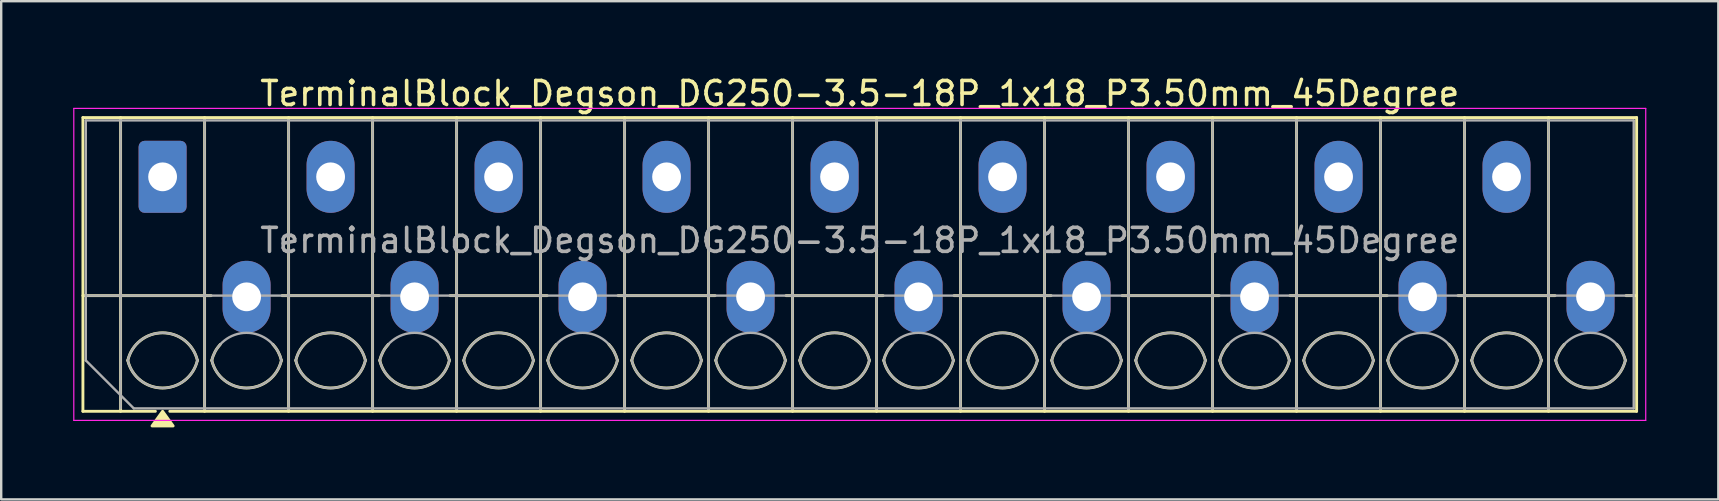
<source format=kicad_pcb>
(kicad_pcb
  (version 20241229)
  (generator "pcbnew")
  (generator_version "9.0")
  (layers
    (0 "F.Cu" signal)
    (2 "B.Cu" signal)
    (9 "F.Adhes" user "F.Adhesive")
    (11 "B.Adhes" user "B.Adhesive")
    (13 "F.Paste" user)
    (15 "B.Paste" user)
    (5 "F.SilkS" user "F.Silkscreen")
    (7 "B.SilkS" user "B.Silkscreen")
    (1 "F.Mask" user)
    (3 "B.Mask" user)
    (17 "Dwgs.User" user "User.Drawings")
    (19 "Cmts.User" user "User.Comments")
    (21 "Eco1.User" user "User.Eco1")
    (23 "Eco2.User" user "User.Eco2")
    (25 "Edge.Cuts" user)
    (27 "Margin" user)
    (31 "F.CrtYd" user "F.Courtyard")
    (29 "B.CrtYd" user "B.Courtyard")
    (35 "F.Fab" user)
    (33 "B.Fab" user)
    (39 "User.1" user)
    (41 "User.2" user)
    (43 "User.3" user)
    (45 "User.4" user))
  (footprint "TerminalBlock_Degson_DG250-3.5-18P_1x18_P3.50mm_45Degree"
    (layer "F.Cu")
    (at 3.725 4.318)
    (property "Reference" "TerminalBlock_Degson_DG250-3.5-18P_1x18_P3.50mm_45Degree" (at 29.05 -3.47 0) (layer "F.SilkS") (effects (font (size 1 1) (thickness 0.15))))
    (attr through_hole)
    (fp_line (start -3.32 -2.47) (end 61.42 -2.47) (stroke (width 0.12) (type solid)) (layer "F.SilkS"))
    (fp_line (start -3.32 4.95) (end 2.02 4.95) (stroke (width 0.12) (type solid)) (layer "F.SilkS"))
    (fp_line (start -3.32 9.77) (end -3.32 -2.47) (stroke (width 0.12) (type solid)) (layer "F.SilkS"))
    (fp_line (start -1.75 -2.47) (end -1.75 9.77) (stroke (width 0.12) (type solid)) (layer "F.SilkS"))
    (fp_line (start -0.3 9.77) (end -3.32 9.77) (stroke (width 0.12) (type solid)) (layer "F.SilkS"))
    (fp_line (start 1.75 -2.47) (end 1.75 9.77) (stroke (width 0.12) (type solid)) (layer "F.SilkS"))
    (fp_line (start 4.98 4.95) (end 9.02 4.95) (stroke (width 0.12) (type solid)) (layer "F.SilkS"))
    (fp_line (start 5.25 -2.47) (end 5.25 9.77) (stroke (width 0.12) (type solid)) (layer "F.SilkS"))
    (fp_line (start 8.75 -2.47) (end 8.75 9.77) (stroke (width 0.12) (type solid)) (layer "F.SilkS"))
    (fp_line (start 11.98 4.95) (end 16.02 4.95) (stroke (width 0.12) (type solid)) (layer "F.SilkS"))
    (fp_line (start 12.25 -2.47) (end 12.25 9.77) (stroke (width 0.12) (type solid)) (layer "F.SilkS"))
    (fp_line (start 15.75 -2.47) (end 15.75 9.77) (stroke (width 0.12) (type solid)) (layer "F.SilkS"))
    (fp_line (start 18.98 4.95) (end 23.02 4.95) (stroke (width 0.12) (type solid)) (layer "F.SilkS"))
    (fp_line (start 19.25 -2.47) (end 19.25 9.77) (stroke (width 0.12) (type solid)) (layer "F.SilkS"))
    (fp_line (start 22.75 -2.47) (end 22.75 9.77) (stroke (width 0.12) (type solid)) (layer "F.SilkS"))
    (fp_line (start 25.98 4.95) (end 30.02 4.95) (stroke (width 0.12) (type solid)) (layer "F.SilkS"))
    (fp_line (start 26.25 -2.47) (end 26.25 9.77) (stroke (width 0.12) (type solid)) (layer "F.SilkS"))
    (fp_line (start 29.75 -2.47) (end 29.75 9.77) (stroke (width 0.12) (type solid)) (layer "F.SilkS"))
    (fp_line (start 32.98 4.95) (end 37.02 4.95) (stroke (width 0.12) (type solid)) (layer "F.SilkS"))
    (fp_line (start 33.25 -2.47) (end 33.25 9.77) (stroke (width 0.12) (type solid)) (layer "F.SilkS"))
    (fp_line (start 36.75 -2.47) (end 36.75 9.77) (stroke (width 0.12) (type solid)) (layer "F.SilkS"))
    (fp_line (start 39.98 4.95) (end 44.02 4.95) (stroke (width 0.12) (type solid)) (layer "F.SilkS"))
    (fp_line (start 40.25 -2.47) (end 40.25 9.77) (stroke (width 0.12) (type solid)) (layer "F.SilkS"))
    (fp_line (start 43.75 -2.47) (end 43.75 9.77) (stroke (width 0.12) (type solid)) (layer "F.SilkS"))
    (fp_line (start 46.98 4.95) (end 51.02 4.95) (stroke (width 0.12) (type solid)) (layer "F.SilkS"))
    (fp_line (start 47.25 -2.47) (end 47.25 9.77) (stroke (width 0.12) (type solid)) (layer "F.SilkS"))
    (fp_line (start 50.75 -2.47) (end 50.75 9.77) (stroke (width 0.12) (type solid)) (layer "F.SilkS"))
    (fp_line (start 53.98 4.95) (end 58.02 4.95) (stroke (width 0.12) (type solid)) (layer "F.SilkS"))
    (fp_line (start 54.25 -2.47) (end 54.25 9.77) (stroke (width 0.12) (type solid)) (layer "F.SilkS"))
    (fp_line (start 57.75 -2.47) (end 57.75 9.77) (stroke (width 0.12) (type solid)) (layer "F.SilkS"))
    (fp_line (start 60.98 4.95) (end 61.42 4.95) (stroke (width 0.12) (type solid)) (layer "F.SilkS"))
    (fp_line (start 61.42 -2.47) (end 61.42 9.77) (stroke (width 0.12) (type solid)) (layer "F.SilkS"))
    (fp_line (start 61.42 9.77) (end 0.3 9.77) (stroke (width 0.12) (type solid)) (layer "F.SilkS"))
    (fp_arc (start -1.45 7.65) (mid 0 6.5) (end 1.45 7.65) (stroke (width 0.12) (type solid)) (layer "F.SilkS"))
    (fp_arc (start 1.45 7.65) (mid 0 8.8) (end -1.45 7.65) (stroke (width 0.12) (type solid)) (layer "F.SilkS"))
    (fp_arc (start 2.05 7.65) (mid 2.18402 7.291962) (end 2.405 6.98) (stroke (width 0.12) (type solid)) (layer "F.SilkS"))
    (fp_arc (start 4.595 6.98) (mid 4.81598 7.291962) (end 4.95 7.65) (stroke (width 0.12) (type solid)) (layer "F.SilkS"))
    (fp_arc (start 4.95 7.65) (mid 3.5 8.8) (end 2.05 7.65) (stroke (width 0.12) (type solid)) (layer "F.SilkS"))
    (fp_arc (start 5.55 7.65) (mid 7 6.5) (end 8.45 7.65) (stroke (width 0.12) (type solid)) (layer "F.SilkS"))
    (fp_arc (start 8.45 7.65) (mid 7 8.8) (end 5.55 7.65) (stroke (width 0.12) (type solid)) (layer "F.SilkS"))
    (fp_arc (start 9.05 7.65) (mid 9.18402 7.291962) (end 9.405 6.98) (stroke (width 0.12) (type solid)) (layer "F.SilkS"))
    (fp_arc (start 11.595 6.98) (mid 11.81598 7.291962) (end 11.95 7.65) (stroke (width 0.12) (type solid)) (layer "F.SilkS"))
    (fp_arc (start 11.95 7.65) (mid 10.5 8.8) (end 9.05 7.65) (stroke (width 0.12) (type solid)) (layer "F.SilkS"))
    (fp_arc (start 12.55 7.65) (mid 14 6.5) (end 15.45 7.65) (stroke (width 0.12) (type solid)) (layer "F.SilkS"))
    (fp_arc (start 15.45 7.65) (mid 14 8.8) (end 12.55 7.65) (stroke (width 0.12) (type solid)) (layer "F.SilkS"))
    (fp_arc (start 16.05 7.65) (mid 16.18402 7.291962) (end 16.405 6.98) (stroke (width 0.12) (type solid)) (layer "F.SilkS"))
    (fp_arc (start 18.595 6.98) (mid 18.81598 7.291962) (end 18.95 7.65) (stroke (width 0.12) (type solid)) (layer "F.SilkS"))
    (fp_arc (start 18.95 7.65) (mid 17.5 8.8) (end 16.05 7.65) (stroke (width 0.12) (type solid)) (layer "F.SilkS"))
    (fp_arc (start 19.55 7.65) (mid 21 6.5) (end 22.45 7.65) (stroke (width 0.12) (type solid)) (layer "F.SilkS"))
    (fp_arc (start 22.45 7.65) (mid 21 8.8) (end 19.55 7.65) (stroke (width 0.12) (type solid)) (layer "F.SilkS"))
    (fp_arc (start 23.05 7.65) (mid 23.18402 7.291962) (end 23.405 6.98) (stroke (width 0.12) (type solid)) (layer "F.SilkS"))
    (fp_arc (start 25.595 6.98) (mid 25.81598 7.291962) (end 25.95 7.65) (stroke (width 0.12) (type solid)) (layer "F.SilkS"))
    (fp_arc (start 25.95 7.65) (mid 24.5 8.8) (end 23.05 7.65) (stroke (width 0.12) (type solid)) (layer "F.SilkS"))
    (fp_arc (start 26.55 7.65) (mid 28 6.5) (end 29.45 7.65) (stroke (width 0.12) (type solid)) (layer "F.SilkS"))
    (fp_arc (start 29.45 7.65) (mid 28 8.8) (end 26.55 7.65) (stroke (width 0.12) (type solid)) (layer "F.SilkS"))
    (fp_arc (start 30.05 7.65) (mid 30.18402 7.291962) (end 30.405 6.98) (stroke (width 0.12) (type solid)) (layer "F.SilkS"))
    (fp_arc (start 32.595 6.98) (mid 32.81598 7.291962) (end 32.95 7.65) (stroke (width 0.12) (type solid)) (layer "F.SilkS"))
    (fp_arc (start 32.95 7.65) (mid 31.5 8.8) (end 30.05 7.65) (stroke (width 0.12) (type solid)) (layer "F.SilkS"))
    (fp_arc (start 33.55 7.65) (mid 35 6.5) (end 36.45 7.65) (stroke (width 0.12) (type solid)) (layer "F.SilkS"))
    (fp_arc (start 36.45 7.65) (mid 35 8.8) (end 33.55 7.65) (stroke (width 0.12) (type solid)) (layer "F.SilkS"))
    (fp_arc (start 37.05 7.65) (mid 37.18402 7.291962) (end 37.405 6.98) (stroke (width 0.12) (type solid)) (layer "F.SilkS"))
    (fp_arc (start 39.595 6.98) (mid 39.81598 7.291962) (end 39.95 7.65) (stroke (width 0.12) (type solid)) (layer "F.SilkS"))
    (fp_arc (start 39.95 7.65) (mid 38.5 8.8) (end 37.05 7.65) (stroke (width 0.12) (type solid)) (layer "F.SilkS"))
    (fp_arc (start 40.55 7.65) (mid 42 6.5) (end 43.45 7.65) (stroke (width 0.12) (type solid)) (layer "F.SilkS"))
    (fp_arc (start 43.45 7.65) (mid 42 8.8) (end 40.55 7.65) (stroke (width 0.12) (type solid)) (layer "F.SilkS"))
    (fp_arc (start 44.05 7.65) (mid 44.18402 7.291962) (end 44.405 6.98) (stroke (width 0.12) (type solid)) (layer "F.SilkS"))
    (fp_arc (start 46.595 6.98) (mid 46.81598 7.291962) (end 46.95 7.65) (stroke (width 0.12) (type solid)) (layer "F.SilkS"))
    (fp_arc (start 46.95 7.65) (mid 45.5 8.8) (end 44.05 7.65) (stroke (width 0.12) (type solid)) (layer "F.SilkS"))
    (fp_arc (start 47.55 7.65) (mid 49 6.5) (end 50.45 7.65) (stroke (width 0.12) (type solid)) (layer "F.SilkS"))
    (fp_arc (start 50.45 7.65) (mid 49 8.8) (end 47.55 7.65) (stroke (width 0.12) (type solid)) (layer "F.SilkS"))
    (fp_arc (start 51.05 7.65) (mid 51.18402 7.291962) (end 51.405 6.98) (stroke (width 0.12) (type solid)) (layer "F.SilkS"))
    (fp_arc (start 53.595 6.98) (mid 53.81598 7.291962) (end 53.95 7.65) (stroke (width 0.12) (type solid)) (layer "F.SilkS"))
    (fp_arc (start 53.95 7.65) (mid 52.5 8.8) (end 51.05 7.65) (stroke (width 0.12) (type solid)) (layer "F.SilkS"))
    (fp_arc (start 54.55 7.65) (mid 56 6.5) (end 57.45 7.65) (stroke (width 0.12) (type solid)) (layer "F.SilkS"))
    (fp_arc (start 57.45 7.65) (mid 56 8.8) (end 54.55 7.65) (stroke (width 0.12) (type solid)) (layer "F.SilkS"))
    (fp_arc (start 58.05 7.65) (mid 58.18402 7.291962) (end 58.405 6.98) (stroke (width 0.12) (type solid)) (layer "F.SilkS"))
    (fp_arc (start 60.595 6.98) (mid 60.81598 7.291962) (end 60.95 7.65) (stroke (width 0.12) (type solid)) (layer "F.SilkS"))
    (fp_arc (start 60.95 7.65) (mid 59.5 8.8) (end 58.05 7.65) (stroke (width 0.12) (type solid)) (layer "F.SilkS"))
    (fp_poly (pts (xy 0 9.77) (xy 0.44 10.38) (xy -0.44 10.38)) (stroke (width 0.12) (type solid)) (fill yes) (layer "F.SilkS"))
    (fp_line (start -3.7 -2.85) (end -3.7 10.15) (stroke (width 0.05) (type solid)) (layer "F.CrtYd"))
    (fp_line (start -3.7 10.15) (end 61.8 10.15) (stroke (width 0.05) (type solid)) (layer "F.CrtYd"))
    (fp_line (start 61.8 -2.85) (end -3.7 -2.85) (stroke (width 0.05) (type solid)) (layer "F.CrtYd"))
    (fp_line (start 61.8 10.15) (end 61.8 -2.85) (stroke (width 0.05) (type solid)) (layer "F.CrtYd"))
    (fp_line (start -3.2 -2.35) (end 61.3 -2.35) (stroke (width 0.1) (type solid)) (layer "F.Fab"))
    (fp_line (start -3.2 4.95) (end 61.3 4.95) (stroke (width 0.1) (type solid)) (layer "F.Fab"))
    (fp_line (start -3.2 7.65) (end -3.2 -2.35) (stroke (width 0.1) (type solid)) (layer "F.Fab"))
    (fp_line (start -1.75 -2.35) (end -1.75 9.65) (stroke (width 0.1) (type solid)) (layer "F.Fab"))
    (fp_line (start -1.2 9.65) (end -3.2 7.65) (stroke (width 0.1) (type solid)) (layer "F.Fab"))
    (fp_line (start 1.75 -2.35) (end 1.75 9.65) (stroke (width 0.1) (type solid)) (layer "F.Fab"))
    (fp_line (start 5.25 -2.35) (end 5.25 9.65) (stroke (width 0.1) (type solid)) (layer "F.Fab"))
    (fp_line (start 8.75 -2.35) (end 8.75 9.65) (stroke (width 0.1) (type solid)) (layer "F.Fab"))
    (fp_line (start 12.25 -2.35) (end 12.25 9.65) (stroke (width 0.1) (type solid)) (layer "F.Fab"))
    (fp_line (start 15.75 -2.35) (end 15.75 9.65) (stroke (width 0.1) (type solid)) (layer "F.Fab"))
    (fp_line (start 19.25 -2.35) (end 19.25 9.65) (stroke (width 0.1) (type solid)) (layer "F.Fab"))
    (fp_line (start 22.75 -2.35) (end 22.75 9.65) (stroke (width 0.1) (type solid)) (layer "F.Fab"))
    (fp_line (start 26.25 -2.35) (end 26.25 9.65) (stroke (width 0.1) (type solid)) (layer "F.Fab"))
    (fp_line (start 29.75 -2.35) (end 29.75 9.65) (stroke (width 0.1) (type solid)) (layer "F.Fab"))
    (fp_line (start 33.25 -2.35) (end 33.25 9.65) (stroke (width 0.1) (type solid)) (layer "F.Fab"))
    (fp_line (start 36.75 -2.35) (end 36.75 9.65) (stroke (width 0.1) (type solid)) (layer "F.Fab"))
    (fp_line (start 40.25 -2.35) (end 40.25 9.65) (stroke (width 0.1) (type solid)) (layer "F.Fab"))
    (fp_line (start 43.75 -2.35) (end 43.75 9.65) (stroke (width 0.1) (type solid)) (layer "F.Fab"))
    (fp_line (start 47.25 -2.35) (end 47.25 9.65) (stroke (width 0.1) (type solid)) (layer "F.Fab"))
    (fp_line (start 50.75 -2.35) (end 50.75 9.65) (stroke (width 0.1) (type solid)) (layer "F.Fab"))
    (fp_line (start 54.25 -2.35) (end 54.25 9.65) (stroke (width 0.1) (type solid)) (layer "F.Fab"))
    (fp_line (start 57.75 -2.35) (end 57.75 9.65) (stroke (width 0.1) (type solid)) (layer "F.Fab"))
    (fp_line (start 61.3 -2.35) (end 61.3 9.65) (stroke (width 0.1) (type solid)) (layer "F.Fab"))
    (fp_line (start 61.3 9.65) (end -1.2 9.65) (stroke (width 0.1) (type solid)) (layer "F.Fab"))
    (fp_arc (start -1.45 7.65) (mid 0 6.5) (end 1.45 7.65) (stroke (width 0.1) (type solid)) (layer "F.Fab"))
    (fp_arc (start 1.45 7.65) (mid 0 8.8) (end -1.45 7.65) (stroke (width 0.1) (type solid)) (layer "F.Fab"))
    (fp_arc (start 2.05 7.65) (mid 3.5 6.5) (end 4.95 7.65) (stroke (width 0.1) (type solid)) (layer "F.Fab"))
    (fp_arc (start 4.95 7.65) (mid 3.5 8.8) (end 2.05 7.65) (stroke (width 0.1) (type solid)) (layer "F.Fab"))
    (fp_arc (start 5.55 7.65) (mid 7 6.5) (end 8.45 7.65) (stroke (width 0.1) (type solid)) (layer "F.Fab"))
    (fp_arc (start 8.45 7.65) (mid 7 8.8) (end 5.55 7.65) (stroke (width 0.1) (type solid)) (layer "F.Fab"))
    (fp_arc (start 9.05 7.65) (mid 10.5 6.5) (end 11.95 7.65) (stroke (width 0.1) (type solid)) (layer "F.Fab"))
    (fp_arc (start 11.95 7.65) (mid 10.5 8.8) (end 9.05 7.65) (stroke (width 0.1) (type solid)) (layer "F.Fab"))
    (fp_arc (start 12.55 7.65) (mid 14 6.5) (end 15.45 7.65) (stroke (width 0.1) (type solid)) (layer "F.Fab"))
    (fp_arc (start 15.45 7.65) (mid 14 8.8) (end 12.55 7.65) (stroke (width 0.1) (type solid)) (layer "F.Fab"))
    (fp_arc (start 16.05 7.65) (mid 17.5 6.5) (end 18.95 7.65) (stroke (width 0.1) (type solid)) (layer "F.Fab"))
    (fp_arc (start 18.95 7.65) (mid 17.5 8.8) (end 16.05 7.65) (stroke (width 0.1) (type solid)) (layer "F.Fab"))
    (fp_arc (start 19.55 7.65) (mid 21 6.5) (end 22.45 7.65) (stroke (width 0.1) (type solid)) (layer "F.Fab"))
    (fp_arc (start 22.45 7.65) (mid 21 8.8) (end 19.55 7.65) (stroke (width 0.1) (type solid)) (layer "F.Fab"))
    (fp_arc (start 23.05 7.65) (mid 24.5 6.5) (end 25.95 7.65) (stroke (width 0.1) (type solid)) (layer "F.Fab"))
    (fp_arc (start 25.95 7.65) (mid 24.5 8.8) (end 23.05 7.65) (stroke (width 0.1) (type solid)) (layer "F.Fab"))
    (fp_arc (start 26.55 7.65) (mid 28 6.5) (end 29.45 7.65) (stroke (width 0.1) (type solid)) (layer "F.Fab"))
    (fp_arc (start 29.45 7.65) (mid 28 8.8) (end 26.55 7.65) (stroke (width 0.1) (type solid)) (layer "F.Fab"))
    (fp_arc (start 30.05 7.65) (mid 31.5 6.5) (end 32.95 7.65) (stroke (width 0.1) (type solid)) (layer "F.Fab"))
    (fp_arc (start 32.95 7.65) (mid 31.5 8.8) (end 30.05 7.65) (stroke (width 0.1) (type solid)) (layer "F.Fab"))
    (fp_arc (start 33.55 7.65) (mid 35 6.5) (end 36.45 7.65) (stroke (width 0.1) (type solid)) (layer "F.Fab"))
    (fp_arc (start 36.45 7.65) (mid 35 8.8) (end 33.55 7.65) (stroke (width 0.1) (type solid)) (layer "F.Fab"))
    (fp_arc (start 37.05 7.65) (mid 38.5 6.5) (end 39.95 7.65) (stroke (width 0.1) (type solid)) (layer "F.Fab"))
    (fp_arc (start 39.95 7.65) (mid 38.5 8.8) (end 37.05 7.65) (stroke (width 0.1) (type solid)) (layer "F.Fab"))
    (fp_arc (start 40.55 7.65) (mid 42 6.5) (end 43.45 7.65) (stroke (width 0.1) (type solid)) (layer "F.Fab"))
    (fp_arc (start 43.45 7.65) (mid 42 8.8) (end 40.55 7.65) (stroke (width 0.1) (type solid)) (layer "F.Fab"))
    (fp_arc (start 44.05 7.65) (mid 45.5 6.5) (end 46.95 7.65) (stroke (width 0.1) (type solid)) (layer "F.Fab"))
    (fp_arc (start 46.95 7.65) (mid 45.5 8.8) (end 44.05 7.65) (stroke (width 0.1) (type solid)) (layer "F.Fab"))
    (fp_arc (start 47.55 7.65) (mid 49 6.5) (end 50.45 7.65) (stroke (width 0.1) (type solid)) (layer "F.Fab"))
    (fp_arc (start 50.45 7.65) (mid 49 8.8) (end 47.55 7.65) (stroke (width 0.1) (type solid)) (layer "F.Fab"))
    (fp_arc (start 51.05 7.65) (mid 52.5 6.5) (end 53.95 7.65) (stroke (width 0.1) (type solid)) (layer "F.Fab"))
    (fp_arc (start 53.95 7.65) (mid 52.5 8.8) (end 51.05 7.65) (stroke (width 0.1) (type solid)) (layer "F.Fab"))
    (fp_arc (start 54.55 7.65) (mid 56 6.5) (end 57.45 7.65) (stroke (width 0.1) (type solid)) (layer "F.Fab"))
    (fp_arc (start 57.45 7.65) (mid 56 8.8) (end 54.55 7.65) (stroke (width 0.1) (type solid)) (layer "F.Fab"))
    (fp_arc (start 58.05 7.65) (mid 59.5 6.5) (end 60.95 7.65) (stroke (width 0.1) (type solid)) (layer "F.Fab"))
    (fp_arc (start 60.95 7.65) (mid 59.5 8.8) (end 58.05 7.65) (stroke (width 0.1) (type solid)) (layer "F.Fab"))
    (fp_text user "${REFERENCE}" (at 29.05 2.65 0) (layer "F.Fab") (effects (font (size 1 1) (thickness 0.15))))
    (pad "1" thru_hole roundrect (at 0 0) (size 2 3) (drill 1.2) (layers "*.Cu" "*.Mask") (roundrect_rratio 0.125))
    (pad "2" thru_hole oval (at 3.5 5) (size 2 3) (drill 1.2) (layers "*.Cu" "*.Mask"))
    (pad "3" thru_hole oval (at 7 0) (size 2 3) (drill 1.2) (layers "*.Cu" "*.Mask"))
    (pad "4" thru_hole oval (at 10.5 5) (size 2 3) (drill 1.2) (layers "*.Cu" "*.Mask"))
    (pad "5" thru_hole oval (at 14 0) (size 2 3) (drill 1.2) (layers "*.Cu" "*.Mask"))
    (pad "6" thru_hole oval (at 17.5 5) (size 2 3) (drill 1.2) (layers "*.Cu" "*.Mask"))
    (pad "7" thru_hole oval (at 21 0) (size 2 3) (drill 1.2) (layers "*.Cu" "*.Mask"))
    (pad "8" thru_hole oval (at 24.5 5) (size 2 3) (drill 1.2) (layers "*.Cu" "*.Mask"))
    (pad "9" thru_hole oval (at 28 0) (size 2 3) (drill 1.2) (layers "*.Cu" "*.Mask"))
    (pad "10" thru_hole oval (at 31.5 5) (size 2 3) (drill 1.2) (layers "*.Cu" "*.Mask"))
    (pad "11" thru_hole oval (at 35 0) (size 2 3) (drill 1.2) (layers "*.Cu" "*.Mask"))
    (pad "12" thru_hole oval (at 38.5 5) (size 2 3) (drill 1.2) (layers "*.Cu" "*.Mask"))
    (pad "13" thru_hole oval (at 42 0) (size 2 3) (drill 1.2) (layers "*.Cu" "*.Mask"))
    (pad "14" thru_hole oval (at 45.5 5) (size 2 3) (drill 1.2) (layers "*.Cu" "*.Mask"))
    (pad "15" thru_hole oval (at 49 0) (size 2 3) (drill 1.2) (layers "*.Cu" "*.Mask"))
    (pad "16" thru_hole oval (at 52.5 5) (size 2 3) (drill 1.2) (layers "*.Cu" "*.Mask"))
    (pad "17" thru_hole oval (at 56 0) (size 2 3) (drill 1.2) (layers "*.Cu" "*.Mask"))
    (pad "18" thru_hole oval (at 59.5 5) (size 2 3) (drill 1.2) (layers "*.Cu" "*.Mask")))
  (gr_rect
    (start -3 -3)
    (end 68.55 17.758)
    (stroke (width 0.1) (type default))
    (fill no)
    (layer "Edge.Cuts")))
</source>
